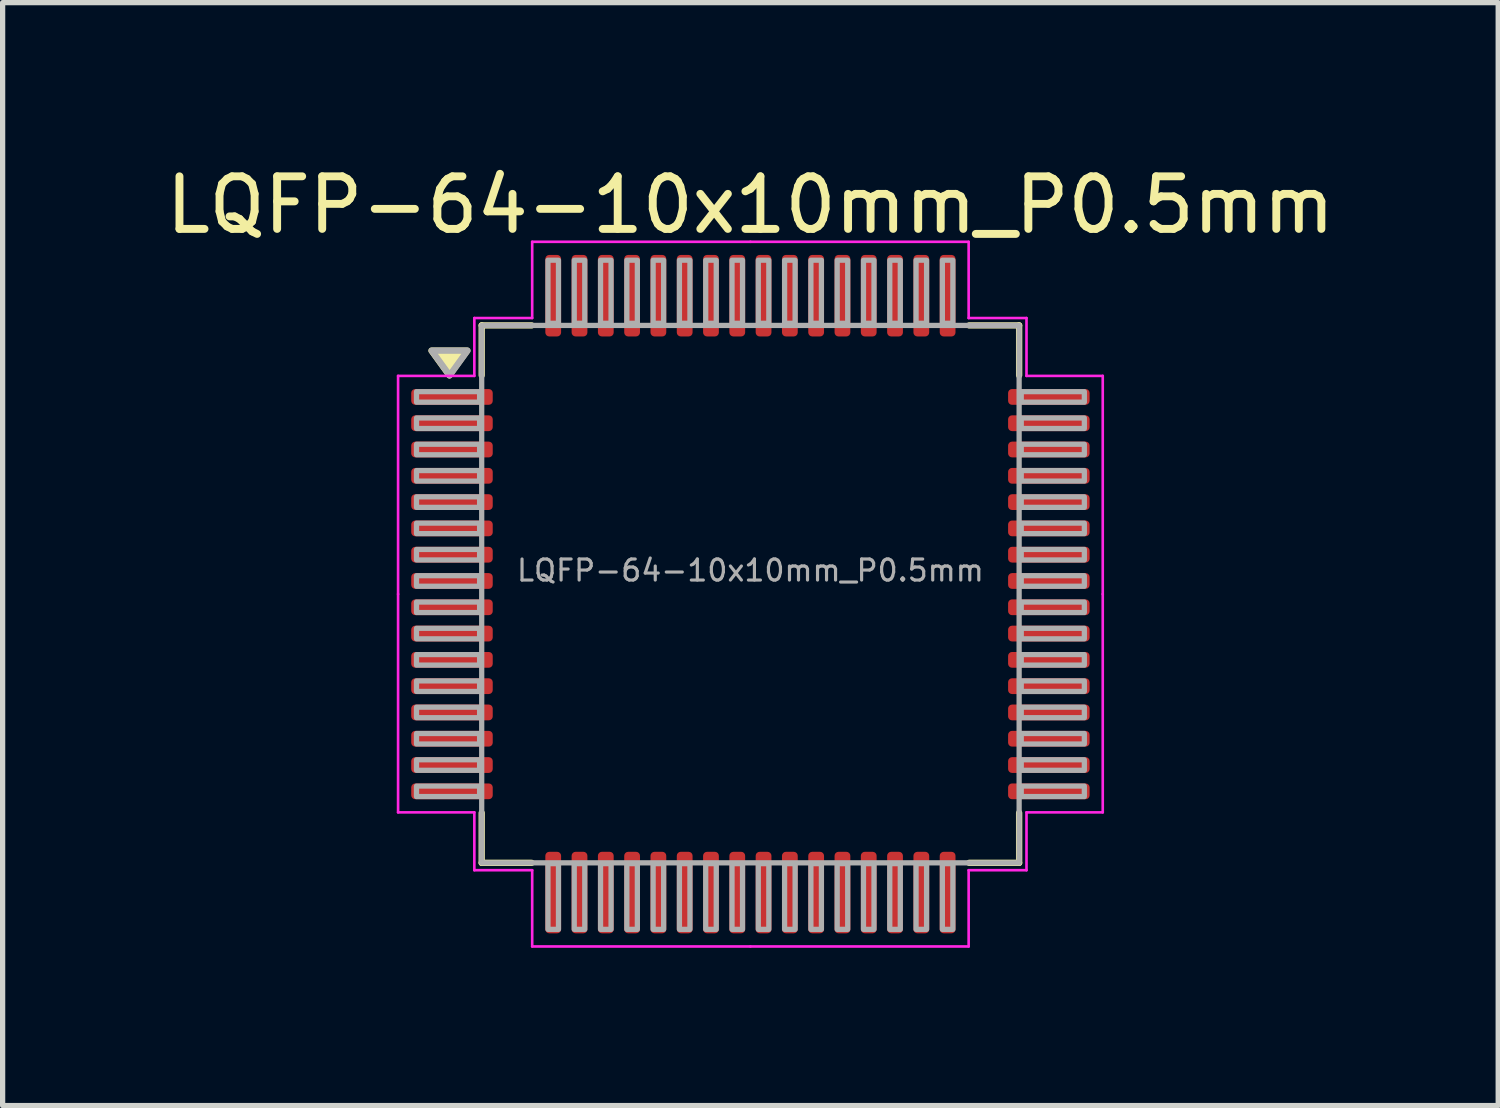
<source format=kicad_pcb>
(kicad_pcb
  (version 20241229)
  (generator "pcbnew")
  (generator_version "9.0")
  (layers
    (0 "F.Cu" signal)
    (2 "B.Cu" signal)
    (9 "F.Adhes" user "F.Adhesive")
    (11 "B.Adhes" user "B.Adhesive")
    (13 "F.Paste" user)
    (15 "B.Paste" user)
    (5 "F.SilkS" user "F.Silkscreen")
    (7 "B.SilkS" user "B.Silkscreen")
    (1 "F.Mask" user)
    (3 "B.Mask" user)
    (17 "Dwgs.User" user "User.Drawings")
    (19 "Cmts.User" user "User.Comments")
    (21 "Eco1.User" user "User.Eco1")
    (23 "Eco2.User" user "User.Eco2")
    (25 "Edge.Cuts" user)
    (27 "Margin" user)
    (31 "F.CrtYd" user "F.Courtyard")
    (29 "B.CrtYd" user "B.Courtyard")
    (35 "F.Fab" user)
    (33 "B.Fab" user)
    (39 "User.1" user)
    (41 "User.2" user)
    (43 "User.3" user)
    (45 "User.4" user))
  (footprint "LQFP-64-10x10mm_P0.5mm"
    (layer "F.Cu")
    (at 11.22 8.248)
    (property "Reference" "LQFP-64-10x10mm_P0.5mm" (at 0 -7.4 0) (layer "F.SilkS") (effects (font (size 1 1) (thickness 0.15))))
    (attr smd)
    (fp_line (start -5.11 -5.11) (end -5.11 -4.16) (stroke (width 0.12) (type solid)) (layer "F.SilkS"))
    (fp_line (start -5.11 5.11) (end -5.11 4.16) (stroke (width 0.12) (type solid)) (layer "F.SilkS"))
    (fp_line (start -4.16 -5.11) (end -5.11 -5.11) (stroke (width 0.12) (type solid)) (layer "F.SilkS"))
    (fp_line (start -4.16 5.11) (end -5.11 5.11) (stroke (width 0.12) (type solid)) (layer "F.SilkS"))
    (fp_line (start 4.16 -5.11) (end 5.11 -5.11) (stroke (width 0.12) (type solid)) (layer "F.SilkS"))
    (fp_line (start 4.16 5.11) (end 5.11 5.11) (stroke (width 0.12) (type solid)) (layer "F.SilkS"))
    (fp_line (start 5.11 -5.11) (end 5.11 -4.16) (stroke (width 0.12) (type solid)) (layer "F.SilkS"))
    (fp_line (start 5.11 5.11) (end 5.11 4.16) (stroke (width 0.12) (type solid)) (layer "F.SilkS"))
    (fp_poly (pts (xy -5.725 -4.16) (xy -6.065 -4.63) (xy -5.385 -4.63) (xy -5.725 -4.16)) (stroke (width 0.12) (type solid)) (fill yes) (layer "F.SilkS"))
    (fp_line (start -6.7 -4.15) (end -6.7 0) (stroke (width 0.05) (type solid)) (layer "F.CrtYd"))
    (fp_line (start -6.7 4.15) (end -6.7 0) (stroke (width 0.05) (type solid)) (layer "F.CrtYd"))
    (fp_line (start -5.25 -5.25) (end -5.25 -4.15) (stroke (width 0.05) (type solid)) (layer "F.CrtYd"))
    (fp_line (start -5.25 -4.15) (end -6.7 -4.15) (stroke (width 0.05) (type solid)) (layer "F.CrtYd"))
    (fp_line (start -5.25 4.15) (end -6.7 4.15) (stroke (width 0.05) (type solid)) (layer "F.CrtYd"))
    (fp_line (start -5.25 5.25) (end -5.25 4.15) (stroke (width 0.05) (type solid)) (layer "F.CrtYd"))
    (fp_line (start -4.15 -6.7) (end -4.15 -5.25) (stroke (width 0.05) (type solid)) (layer "F.CrtYd"))
    (fp_line (start -4.15 -5.25) (end -5.25 -5.25) (stroke (width 0.05) (type solid)) (layer "F.CrtYd"))
    (fp_line (start -4.15 5.25) (end -5.25 5.25) (stroke (width 0.05) (type solid)) (layer "F.CrtYd"))
    (fp_line (start -4.15 6.7) (end -4.15 5.25) (stroke (width 0.05) (type solid)) (layer "F.CrtYd"))
    (fp_line (start 0 -6.7) (end -4.15 -6.7) (stroke (width 0.05) (type solid)) (layer "F.CrtYd"))
    (fp_line (start 0 -6.7) (end 4.15 -6.7) (stroke (width 0.05) (type solid)) (layer "F.CrtYd"))
    (fp_line (start 0 6.7) (end -4.15 6.7) (stroke (width 0.05) (type solid)) (layer "F.CrtYd"))
    (fp_line (start 0 6.7) (end 4.15 6.7) (stroke (width 0.05) (type solid)) (layer "F.CrtYd"))
    (fp_line (start 4.15 -6.7) (end 4.15 -5.25) (stroke (width 0.05) (type solid)) (layer "F.CrtYd"))
    (fp_line (start 4.15 -5.25) (end 5.25 -5.25) (stroke (width 0.05) (type solid)) (layer "F.CrtYd"))
    (fp_line (start 4.15 5.25) (end 5.25 5.25) (stroke (width 0.05) (type solid)) (layer "F.CrtYd"))
    (fp_line (start 4.15 6.7) (end 4.15 5.25) (stroke (width 0.05) (type solid)) (layer "F.CrtYd"))
    (fp_line (start 5.25 -5.25) (end 5.25 -4.15) (stroke (width 0.05) (type solid)) (layer "F.CrtYd"))
    (fp_line (start 5.25 -4.15) (end 6.7 -4.15) (stroke (width 0.05) (type solid)) (layer "F.CrtYd"))
    (fp_line (start 5.25 4.15) (end 6.7 4.15) (stroke (width 0.05) (type solid)) (layer "F.CrtYd"))
    (fp_line (start 5.25 5.25) (end 5.25 4.15) (stroke (width 0.05) (type solid)) (layer "F.CrtYd"))
    (fp_line (start 6.7 -4.15) (end 6.7 0) (stroke (width 0.05) (type solid)) (layer "F.CrtYd"))
    (fp_line (start 6.7 4.15) (end 6.7 0) (stroke (width 0.05) (type solid)) (layer "F.CrtYd"))
    (fp_rect (start -6.35 -3.85) (end -5.15 -3.65) (stroke (width 0.1) (type solid)) (fill no) (layer "F.Fab"))
    (fp_rect (start -6.35 -3.35) (end -5.15 -3.15) (stroke (width 0.1) (type solid)) (fill no) (layer "F.Fab"))
    (fp_rect (start -6.35 -2.85) (end -5.15 -2.65) (stroke (width 0.1) (type solid)) (fill no) (layer "F.Fab"))
    (fp_rect (start -6.35 -2.35) (end -5.15 -2.15) (stroke (width 0.1) (type solid)) (fill no) (layer "F.Fab"))
    (fp_rect (start -6.35 -1.85) (end -5.15 -1.65) (stroke (width 0.1) (type solid)) (fill no) (layer "F.Fab"))
    (fp_rect (start -6.35 -1.35) (end -5.15 -1.15) (stroke (width 0.1) (type solid)) (fill no) (layer "F.Fab"))
    (fp_rect (start -6.35 -0.85) (end -5.15 -0.65) (stroke (width 0.1) (type solid)) (fill no) (layer "F.Fab"))
    (fp_rect (start -6.35 -0.35) (end -5.15 -0.15) (stroke (width 0.1) (type solid)) (fill no) (layer "F.Fab"))
    (fp_rect (start -6.35 0.15) (end -5.15 0.35) (stroke (width 0.1) (type solid)) (fill no) (layer "F.Fab"))
    (fp_rect (start -6.35 0.65) (end -5.15 0.85) (stroke (width 0.1) (type solid)) (fill no) (layer "F.Fab"))
    (fp_rect (start -6.35 1.15) (end -5.15 1.35) (stroke (width 0.1) (type solid)) (fill no) (layer "F.Fab"))
    (fp_rect (start -6.35 1.65) (end -5.15 1.85) (stroke (width 0.1) (type solid)) (fill no) (layer "F.Fab"))
    (fp_rect (start -6.35 2.15) (end -5.15 2.35) (stroke (width 0.1) (type solid)) (fill no) (layer "F.Fab"))
    (fp_rect (start -6.35 2.65) (end -5.15 2.85) (stroke (width 0.1) (type solid)) (fill no) (layer "F.Fab"))
    (fp_rect (start -6.35 3.15) (end -5.15 3.35) (stroke (width 0.1) (type solid)) (fill no) (layer "F.Fab"))
    (fp_rect (start -6.35 3.65) (end -5.15 3.85) (stroke (width 0.1) (type solid)) (fill no) (layer "F.Fab"))
    (fp_rect (start -5.11 -5.11) (end 5.11 5.11) (stroke (width 0.1) (type solid)) (fill no) (layer "F.Fab"))
    (fp_rect (start -3.85 -6.35) (end -3.65 -5.15) (stroke (width 0.1) (type solid)) (fill no) (layer "F.Fab"))
    (fp_rect (start -3.85 5.125) (end -3.65 6.375) (stroke (width 0.1) (type solid)) (fill no) (layer "F.Fab"))
    (fp_rect (start -3.35 -6.35) (end -3.15 -5.15) (stroke (width 0.1) (type solid)) (fill no) (layer "F.Fab"))
    (fp_rect (start -3.35 5.125) (end -3.15 6.375) (stroke (width 0.1) (type solid)) (fill no) (layer "F.Fab"))
    (fp_rect (start -2.85 -6.35) (end -2.65 -5.15) (stroke (width 0.1) (type solid)) (fill no) (layer "F.Fab"))
    (fp_rect (start -2.85 5.125) (end -2.65 6.375) (stroke (width 0.1) (type solid)) (fill no) (layer "F.Fab"))
    (fp_rect (start -2.35 -6.35) (end -2.15 -5.15) (stroke (width 0.1) (type solid)) (fill no) (layer "F.Fab"))
    (fp_rect (start -2.35 5.125) (end -2.15 6.375) (stroke (width 0.1) (type solid)) (fill no) (layer "F.Fab"))
    (fp_rect (start -1.85 -6.35) (end -1.65 -5.15) (stroke (width 0.1) (type solid)) (fill no) (layer "F.Fab"))
    (fp_rect (start -1.85 5.125) (end -1.65 6.375) (stroke (width 0.1) (type solid)) (fill no) (layer "F.Fab"))
    (fp_rect (start -1.35 -6.35) (end -1.15 -5.15) (stroke (width 0.1) (type solid)) (fill no) (layer "F.Fab"))
    (fp_rect (start -1.35 5.125) (end -1.15 6.375) (stroke (width 0.1) (type solid)) (fill no) (layer "F.Fab"))
    (fp_rect (start -0.85 -6.35) (end -0.65 -5.15) (stroke (width 0.1) (type solid)) (fill no) (layer "F.Fab"))
    (fp_rect (start -0.85 5.125) (end -0.65 6.375) (stroke (width 0.1) (type solid)) (fill no) (layer "F.Fab"))
    (fp_rect (start -0.35 -6.35) (end -0.15 -5.15) (stroke (width 0.1) (type solid)) (fill no) (layer "F.Fab"))
    (fp_rect (start -0.35 5.125) (end -0.15 6.375) (stroke (width 0.1) (type solid)) (fill no) (layer "F.Fab"))
    (fp_rect (start 0.15 -6.35) (end 0.35 -5.15) (stroke (width 0.1) (type solid)) (fill no) (layer "F.Fab"))
    (fp_rect (start 0.15 5.125) (end 0.35 6.375) (stroke (width 0.1) (type solid)) (fill no) (layer "F.Fab"))
    (fp_rect (start 0.65 -6.35) (end 0.85 -5.15) (stroke (width 0.1) (type solid)) (fill no) (layer "F.Fab"))
    (fp_rect (start 0.65 5.125) (end 0.85 6.375) (stroke (width 0.1) (type solid)) (fill no) (layer "F.Fab"))
    (fp_rect (start 1.15 -6.35) (end 1.35 -5.15) (stroke (width 0.1) (type solid)) (fill no) (layer "F.Fab"))
    (fp_rect (start 1.15 5.125) (end 1.35 6.375) (stroke (width 0.1) (type solid)) (fill no) (layer "F.Fab"))
    (fp_rect (start 1.65 -6.35) (end 1.85 -5.15) (stroke (width 0.1) (type solid)) (fill no) (layer "F.Fab"))
    (fp_rect (start 1.65 5.125) (end 1.85 6.375) (stroke (width 0.1) (type solid)) (fill no) (layer "F.Fab"))
    (fp_rect (start 2.15 -6.35) (end 2.35 -5.15) (stroke (width 0.1) (type solid)) (fill no) (layer "F.Fab"))
    (fp_rect (start 2.15 5.125) (end 2.35 6.375) (stroke (width 0.1) (type solid)) (fill no) (layer "F.Fab"))
    (fp_rect (start 2.65 -6.35) (end 2.85 -5.15) (stroke (width 0.1) (type solid)) (fill no) (layer "F.Fab"))
    (fp_rect (start 2.65 5.125) (end 2.85 6.375) (stroke (width 0.1) (type solid)) (fill no) (layer "F.Fab"))
    (fp_rect (start 3.15 -6.35) (end 3.35 -5.15) (stroke (width 0.1) (type solid)) (fill no) (layer "F.Fab"))
    (fp_rect (start 3.15 5.125) (end 3.35 6.375) (stroke (width 0.1) (type solid)) (fill no) (layer "F.Fab"))
    (fp_rect (start 3.65 -6.35) (end 3.85 -5.15) (stroke (width 0.1) (type solid)) (fill no) (layer "F.Fab"))
    (fp_rect (start 3.65 5.125) (end 3.85 6.375) (stroke (width 0.1) (type solid)) (fill no) (layer "F.Fab"))
    (fp_rect (start 5.15 -3.85) (end 6.35 -3.65) (stroke (width 0.1) (type solid)) (fill no) (layer "F.Fab"))
    (fp_rect (start 5.15 -3.35) (end 6.35 -3.15) (stroke (width 0.1) (type solid)) (fill no) (layer "F.Fab"))
    (fp_rect (start 5.15 -2.85) (end 6.35 -2.65) (stroke (width 0.1) (type solid)) (fill no) (layer "F.Fab"))
    (fp_rect (start 5.15 -2.35) (end 6.35 -2.15) (stroke (width 0.1) (type solid)) (fill no) (layer "F.Fab"))
    (fp_rect (start 5.15 -1.85) (end 6.35 -1.65) (stroke (width 0.1) (type solid)) (fill no) (layer "F.Fab"))
    (fp_rect (start 5.15 -1.35) (end 6.35 -1.15) (stroke (width 0.1) (type solid)) (fill no) (layer "F.Fab"))
    (fp_rect (start 5.15 -0.85) (end 6.35 -0.65) (stroke (width 0.1) (type solid)) (fill no) (layer "F.Fab"))
    (fp_rect (start 5.15 -0.35) (end 6.35 -0.15) (stroke (width 0.1) (type solid)) (fill no) (layer "F.Fab"))
    (fp_rect (start 5.15 0.15) (end 6.35 0.35) (stroke (width 0.1) (type solid)) (fill no) (layer "F.Fab"))
    (fp_rect (start 5.15 0.65) (end 6.35 0.85) (stroke (width 0.1) (type solid)) (fill no) (layer "F.Fab"))
    (fp_rect (start 5.15 1.15) (end 6.35 1.35) (stroke (width 0.1) (type solid)) (fill no) (layer "F.Fab"))
    (fp_rect (start 5.15 1.65) (end 6.35 1.85) (stroke (width 0.1) (type solid)) (fill no) (layer "F.Fab"))
    (fp_rect (start 5.15 2.15) (end 6.35 2.35) (stroke (width 0.1) (type solid)) (fill no) (layer "F.Fab"))
    (fp_rect (start 5.15 2.65) (end 6.35 2.85) (stroke (width 0.1) (type solid)) (fill no) (layer "F.Fab"))
    (fp_rect (start 5.15 3.15) (end 6.35 3.35) (stroke (width 0.1) (type solid)) (fill no) (layer "F.Fab"))
    (fp_rect (start 5.15 3.65) (end 6.35 3.85) (stroke (width 0.1) (type solid)) (fill no) (layer "F.Fab"))
    (fp_poly (pts (xy -5.72 -4.16) (xy -6.06 -4.63) (xy -5.38 -4.63) (xy -5.72 -4.16)) (stroke (width 0.12) (type solid)) (fill no) (layer "F.Fab"))
    (fp_text user "${REFERENCE}" (at 0 -0.45 0) (layer "F.Fab") (effects (font (size 0.4 0.4) (thickness 0.06))))
    (pad "1" smd roundrect (at -5.675 -3.75) (size 1.55 0.3) (layers "F.Cu" "F.Mask" "F.Paste") (roundrect_rratio 0.25))
    (pad "2" smd roundrect (at -5.675 -3.25) (size 1.55 0.3) (layers "F.Cu" "F.Mask" "F.Paste") (roundrect_rratio 0.25))
    (pad "3" smd roundrect (at -5.675 -2.75) (size 1.55 0.3) (layers "F.Cu" "F.Mask" "F.Paste") (roundrect_rratio 0.25))
    (pad "4" smd roundrect (at -5.675 -2.25) (size 1.55 0.3) (layers "F.Cu" "F.Mask" "F.Paste") (roundrect_rratio 0.25))
    (pad "5" smd roundrect (at -5.675 -1.75) (size 1.55 0.3) (layers "F.Cu" "F.Mask" "F.Paste") (roundrect_rratio 0.25))
    (pad "6" smd roundrect (at -5.675 -1.25) (size 1.55 0.3) (layers "F.Cu" "F.Mask" "F.Paste") (roundrect_rratio 0.25))
    (pad "7" smd roundrect (at -5.675 -0.75) (size 1.55 0.3) (layers "F.Cu" "F.Mask" "F.Paste") (roundrect_rratio 0.25))
    (pad "8" smd roundrect (at -5.675 -0.25) (size 1.55 0.3) (layers "F.Cu" "F.Mask" "F.Paste") (roundrect_rratio 0.25))
    (pad "9" smd roundrect (at -5.675 0.25) (size 1.55 0.3) (layers "F.Cu" "F.Mask" "F.Paste") (roundrect_rratio 0.25))
    (pad "10" smd roundrect (at -5.675 0.75) (size 1.55 0.3) (layers "F.Cu" "F.Mask" "F.Paste") (roundrect_rratio 0.25))
    (pad "11" smd roundrect (at -5.675 1.25) (size 1.55 0.3) (layers "F.Cu" "F.Mask" "F.Paste") (roundrect_rratio 0.25))
    (pad "12" smd roundrect (at -5.675 1.75) (size 1.55 0.3) (layers "F.Cu" "F.Mask" "F.Paste") (roundrect_rratio 0.25))
    (pad "13" smd roundrect (at -5.675 2.25) (size 1.55 0.3) (layers "F.Cu" "F.Mask" "F.Paste") (roundrect_rratio 0.25))
    (pad "14" smd roundrect (at -5.675 2.75) (size 1.55 0.3) (layers "F.Cu" "F.Mask" "F.Paste") (roundrect_rratio 0.25))
    (pad "15" smd roundrect (at -5.675 3.25) (size 1.55 0.3) (layers "F.Cu" "F.Mask" "F.Paste") (roundrect_rratio 0.25))
    (pad "16" smd roundrect (at -5.675 3.75) (size 1.55 0.3) (layers "F.Cu" "F.Mask" "F.Paste") (roundrect_rratio 0.25))
    (pad "17" smd roundrect (at -3.75 5.675) (size 0.3 1.55) (layers "F.Cu" "F.Mask" "F.Paste") (roundrect_rratio 0.25))
    (pad "18" smd roundrect (at -3.25 5.675) (size 0.3 1.55) (layers "F.Cu" "F.Mask" "F.Paste") (roundrect_rratio 0.25))
    (pad "19" smd roundrect (at -2.75 5.675) (size 0.3 1.55) (layers "F.Cu" "F.Mask" "F.Paste") (roundrect_rratio 0.25))
    (pad "20" smd roundrect (at -2.25 5.675) (size 0.3 1.55) (layers "F.Cu" "F.Mask" "F.Paste") (roundrect_rratio 0.25))
    (pad "21" smd roundrect (at -1.75 5.675) (size 0.3 1.55) (layers "F.Cu" "F.Mask" "F.Paste") (roundrect_rratio 0.25))
    (pad "22" smd roundrect (at -1.25 5.675) (size 0.3 1.55) (layers "F.Cu" "F.Mask" "F.Paste") (roundrect_rratio 0.25))
    (pad "23" smd roundrect (at -0.75 5.675) (size 0.3 1.55) (layers "F.Cu" "F.Mask" "F.Paste") (roundrect_rratio 0.25))
    (pad "24" smd roundrect (at -0.25 5.675) (size 0.3 1.55) (layers "F.Cu" "F.Mask" "F.Paste") (roundrect_rratio 0.25))
    (pad "25" smd roundrect (at 0.25 5.675) (size 0.3 1.55) (layers "F.Cu" "F.Mask" "F.Paste") (roundrect_rratio 0.25))
    (pad "26" smd roundrect (at 0.75 5.675) (size 0.3 1.55) (layers "F.Cu" "F.Mask" "F.Paste") (roundrect_rratio 0.25))
    (pad "27" smd roundrect (at 1.25 5.675) (size 0.3 1.55) (layers "F.Cu" "F.Mask" "F.Paste") (roundrect_rratio 0.25))
    (pad "28" smd roundrect (at 1.75 5.675) (size 0.3 1.55) (layers "F.Cu" "F.Mask" "F.Paste") (roundrect_rratio 0.25))
    (pad "29" smd roundrect (at 2.25 5.675) (size 0.3 1.55) (layers "F.Cu" "F.Mask" "F.Paste") (roundrect_rratio 0.25))
    (pad "30" smd roundrect (at 2.75 5.675) (size 0.3 1.55) (layers "F.Cu" "F.Mask" "F.Paste") (roundrect_rratio 0.25))
    (pad "31" smd roundrect (at 3.25 5.675) (size 0.3 1.55) (layers "F.Cu" "F.Mask" "F.Paste") (roundrect_rratio 0.25))
    (pad "32" smd roundrect (at 3.75 5.675) (size 0.3 1.55) (layers "F.Cu" "F.Mask" "F.Paste") (roundrect_rratio 0.25))
    (pad "33" smd roundrect (at 5.675 3.75) (size 1.55 0.3) (layers "F.Cu" "F.Mask" "F.Paste") (roundrect_rratio 0.25))
    (pad "34" smd roundrect (at 5.675 3.25) (size 1.55 0.3) (layers "F.Cu" "F.Mask" "F.Paste") (roundrect_rratio 0.25))
    (pad "35" smd roundrect (at 5.675 2.75) (size 1.55 0.3) (layers "F.Cu" "F.Mask" "F.Paste") (roundrect_rratio 0.25))
    (pad "36" smd roundrect (at 5.675 2.25) (size 1.55 0.3) (layers "F.Cu" "F.Mask" "F.Paste") (roundrect_rratio 0.25))
    (pad "37" smd roundrect (at 5.675 1.75) (size 1.55 0.3) (layers "F.Cu" "F.Mask" "F.Paste") (roundrect_rratio 0.25))
    (pad "38" smd roundrect (at 5.675 1.25) (size 1.55 0.3) (layers "F.Cu" "F.Mask" "F.Paste") (roundrect_rratio 0.25))
    (pad "39" smd roundrect (at 5.675 0.75) (size 1.55 0.3) (layers "F.Cu" "F.Mask" "F.Paste") (roundrect_rratio 0.25))
    (pad "40" smd roundrect (at 5.675 0.25) (size 1.55 0.3) (layers "F.Cu" "F.Mask" "F.Paste") (roundrect_rratio 0.25))
    (pad "41" smd roundrect (at 5.675 -0.25) (size 1.55 0.3) (layers "F.Cu" "F.Mask" "F.Paste") (roundrect_rratio 0.25))
    (pad "42" smd roundrect (at 5.675 -0.75) (size 1.55 0.3) (layers "F.Cu" "F.Mask" "F.Paste") (roundrect_rratio 0.25))
    (pad "43" smd roundrect (at 5.675 -1.25) (size 1.55 0.3) (layers "F.Cu" "F.Mask" "F.Paste") (roundrect_rratio 0.25))
    (pad "44" smd roundrect (at 5.675 -1.75) (size 1.55 0.3) (layers "F.Cu" "F.Mask" "F.Paste") (roundrect_rratio 0.25))
    (pad "45" smd roundrect (at 5.675 -2.25) (size 1.55 0.3) (layers "F.Cu" "F.Mask" "F.Paste") (roundrect_rratio 0.25))
    (pad "46" smd roundrect (at 5.675 -2.75) (size 1.55 0.3) (layers "F.Cu" "F.Mask" "F.Paste") (roundrect_rratio 0.25))
    (pad "47" smd roundrect (at 5.675 -3.25) (size 1.55 0.3) (layers "F.Cu" "F.Mask" "F.Paste") (roundrect_rratio 0.25))
    (pad "48" smd roundrect (at 5.675 -3.75) (size 1.55 0.3) (layers "F.Cu" "F.Mask" "F.Paste") (roundrect_rratio 0.25))
    (pad "49" smd roundrect (at 3.75 -5.675) (size 0.3 1.55) (layers "F.Cu" "F.Mask" "F.Paste") (roundrect_rratio 0.25))
    (pad "50" smd roundrect (at 3.25 -5.675) (size 0.3 1.55) (layers "F.Cu" "F.Mask" "F.Paste") (roundrect_rratio 0.25))
    (pad "51" smd roundrect (at 2.75 -5.675) (size 0.3 1.55) (layers "F.Cu" "F.Mask" "F.Paste") (roundrect_rratio 0.25))
    (pad "52" smd roundrect (at 2.25 -5.675) (size 0.3 1.55) (layers "F.Cu" "F.Mask" "F.Paste") (roundrect_rratio 0.25))
    (pad "53" smd roundrect (at 1.75 -5.675) (size 0.3 1.55) (layers "F.Cu" "F.Mask" "F.Paste") (roundrect_rratio 0.25))
    (pad "54" smd roundrect (at 1.25 -5.675) (size 0.3 1.55) (layers "F.Cu" "F.Mask" "F.Paste") (roundrect_rratio 0.25))
    (pad "55" smd roundrect (at 0.75 -5.675) (size 0.3 1.55) (layers "F.Cu" "F.Mask" "F.Paste") (roundrect_rratio 0.25))
    (pad "56" smd roundrect (at 0.25 -5.675) (size 0.3 1.55) (layers "F.Cu" "F.Mask" "F.Paste") (roundrect_rratio 0.25))
    (pad "57" smd roundrect (at -0.25 -5.675) (size 0.3 1.55) (layers "F.Cu" "F.Mask" "F.Paste") (roundrect_rratio 0.25))
    (pad "58" smd roundrect (at -0.75 -5.675) (size 0.3 1.55) (layers "F.Cu" "F.Mask" "F.Paste") (roundrect_rratio 0.25))
    (pad "59" smd roundrect (at -1.25 -5.675) (size 0.3 1.55) (layers "F.Cu" "F.Mask" "F.Paste") (roundrect_rratio 0.25))
    (pad "60" smd roundrect (at -1.75 -5.675) (size 0.3 1.55) (layers "F.Cu" "F.Mask" "F.Paste") (roundrect_rratio 0.25))
    (pad "61" smd roundrect (at -2.25 -5.675) (size 0.3 1.55) (layers "F.Cu" "F.Mask" "F.Paste") (roundrect_rratio 0.25))
    (pad "62" smd roundrect (at -2.75 -5.675) (size 0.3 1.55) (layers "F.Cu" "F.Mask" "F.Paste") (roundrect_rratio 0.25))
    (pad "63" smd roundrect (at -3.25 -5.675) (size 0.3 1.55) (layers "F.Cu" "F.Mask" "F.Paste") (roundrect_rratio 0.25))
    (pad "64" smd roundrect (at -3.75 -5.675) (size 0.3 1.55) (layers "F.Cu" "F.Mask" "F.Paste") (roundrect_rratio 0.25)))
  (gr_rect
    (start -3 -3)
    (end 25.44 17.973)
    (stroke (width 0.1) (type default))
    (fill no)
    (layer "Edge.Cuts")))
</source>
